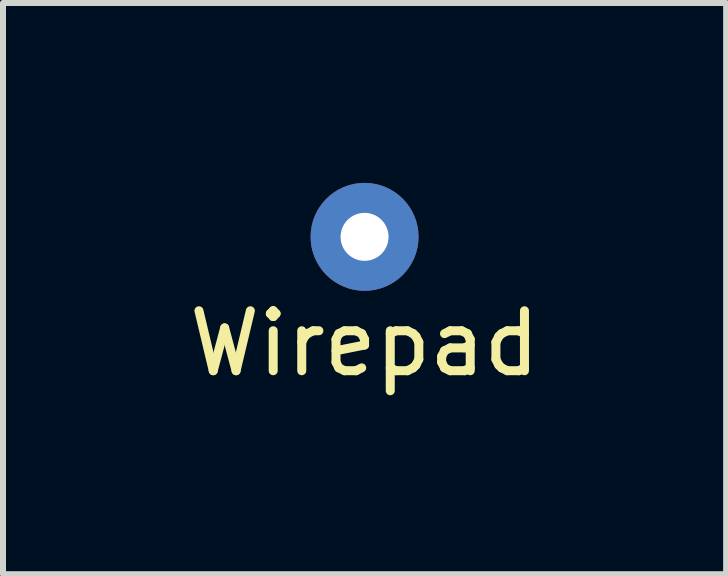
<source format=kicad_pcb>
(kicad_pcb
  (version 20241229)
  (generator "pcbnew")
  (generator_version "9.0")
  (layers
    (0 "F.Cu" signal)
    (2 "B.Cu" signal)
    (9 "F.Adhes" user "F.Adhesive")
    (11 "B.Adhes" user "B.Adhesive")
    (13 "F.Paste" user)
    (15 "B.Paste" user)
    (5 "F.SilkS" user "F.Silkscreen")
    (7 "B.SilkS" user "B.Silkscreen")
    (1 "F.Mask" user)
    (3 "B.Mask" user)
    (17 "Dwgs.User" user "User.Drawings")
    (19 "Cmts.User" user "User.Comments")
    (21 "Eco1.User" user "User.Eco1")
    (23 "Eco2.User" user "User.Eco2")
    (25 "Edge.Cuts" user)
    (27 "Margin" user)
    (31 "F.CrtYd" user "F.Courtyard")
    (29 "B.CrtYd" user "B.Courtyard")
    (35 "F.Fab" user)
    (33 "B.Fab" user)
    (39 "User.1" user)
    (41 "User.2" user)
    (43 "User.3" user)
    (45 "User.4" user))
  (footprint "Wirepad"
    (layer "F.Cu")
    (at 3.03 0.9)
    (property "Reference" "Wirepad" (at 0 1.778 0) (layer "F.SilkS") (effects (font (size 1 1) (thickness 0.15))))
    (attr through_hole)
    (pad "1" thru_hole circle (at 0 0) (size 1.8 1.8) (drill 0.8) (layers "F.Cu" "F.Mask")))
  (gr_rect
    (start -3 -3)
    (end 9.06 6.526)
    (stroke (width 0.1) (type default))
    (fill no)
    (layer "Edge.Cuts")))
</source>
